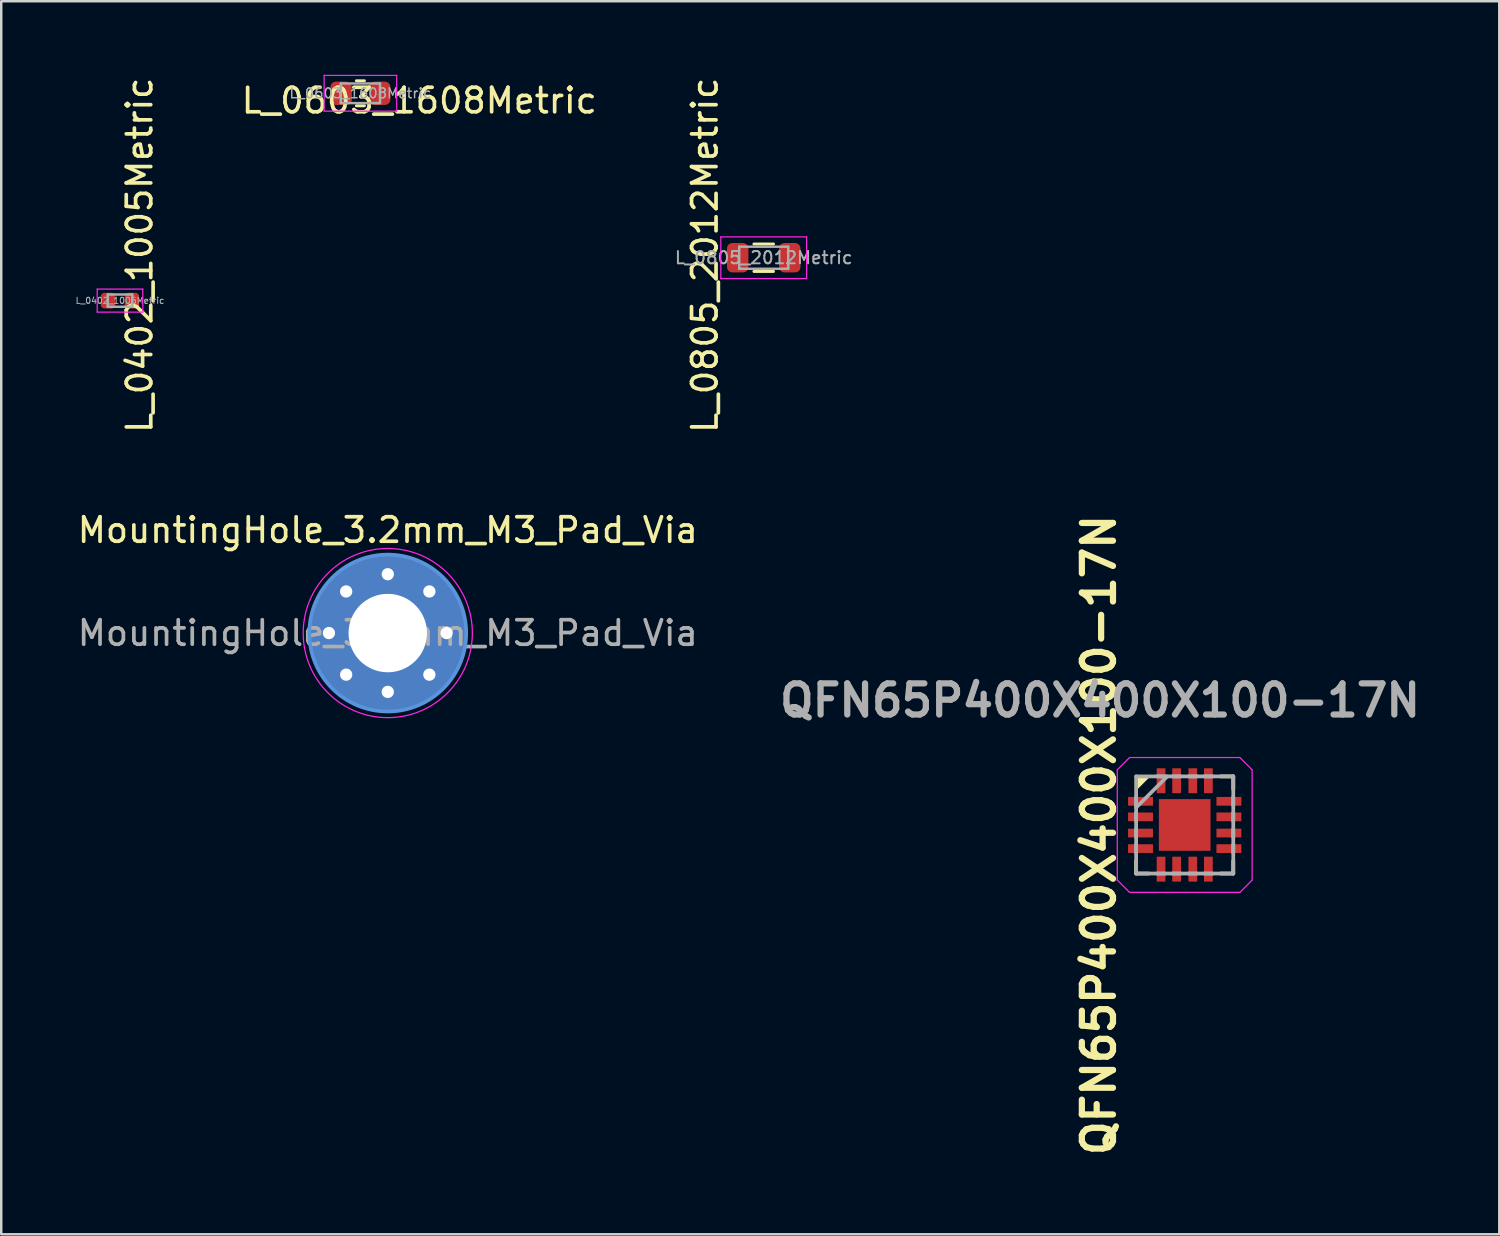
<source format=kicad_pcb>
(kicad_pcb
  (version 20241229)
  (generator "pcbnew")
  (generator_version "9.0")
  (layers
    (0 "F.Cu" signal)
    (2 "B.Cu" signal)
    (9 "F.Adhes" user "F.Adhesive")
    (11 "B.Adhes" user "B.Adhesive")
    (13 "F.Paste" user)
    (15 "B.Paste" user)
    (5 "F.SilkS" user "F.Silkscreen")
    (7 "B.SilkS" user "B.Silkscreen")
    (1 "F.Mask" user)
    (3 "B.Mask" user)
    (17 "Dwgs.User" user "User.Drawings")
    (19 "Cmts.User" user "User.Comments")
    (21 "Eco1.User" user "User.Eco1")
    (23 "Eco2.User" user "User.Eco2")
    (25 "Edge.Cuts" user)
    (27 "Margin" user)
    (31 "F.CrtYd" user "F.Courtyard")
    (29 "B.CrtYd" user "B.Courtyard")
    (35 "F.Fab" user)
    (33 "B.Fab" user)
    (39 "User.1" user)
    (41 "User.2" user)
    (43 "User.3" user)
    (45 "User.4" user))
  (footprint "L_0805_2012Metric"
    (layer "F.Cu")
    (at 28.104 7.463)
    (property "Reference" "L_0805_2012Metric" (at -2.4 -0.1 270) (layer "F.SilkS") (effects (font (size 1 1) (thickness 0.15))))
    (attr smd)
    (fp_line (start -0.4 -0.56) (end 0.4 -0.56) (stroke (width 0.12) (type solid)) (layer "F.SilkS"))
    (fp_line (start -0.4 0.56) (end 0.4 0.56) (stroke (width 0.12) (type solid)) (layer "F.SilkS"))
    (fp_line (start -1.75 -0.85) (end 1.75 -0.85) (stroke (width 0.05) (type solid)) (layer "F.CrtYd"))
    (fp_line (start -1.75 0.85) (end -1.75 -0.85) (stroke (width 0.05) (type solid)) (layer "F.CrtYd"))
    (fp_line (start 1.75 -0.85) (end 1.75 0.85) (stroke (width 0.05) (type solid)) (layer "F.CrtYd"))
    (fp_line (start 1.75 0.85) (end -1.75 0.85) (stroke (width 0.05) (type solid)) (layer "F.CrtYd"))
    (fp_line (start -1 -0.45) (end 1 -0.45) (stroke (width 0.1) (type solid)) (layer "F.Fab"))
    (fp_line (start -1 0.45) (end -1 -0.45) (stroke (width 0.1) (type solid)) (layer "F.Fab"))
    (fp_line (start 1 -0.45) (end 1 0.45) (stroke (width 0.1) (type solid)) (layer "F.Fab"))
    (fp_line (start 1 0.45) (end -1 0.45) (stroke (width 0.1) (type solid)) (layer "F.Fab"))
    (fp_text user "${REFERENCE}" (at 0 0 180) (layer "F.Fab") (effects (font (size 0.5 0.5) (thickness 0.08))))
    (pad "1" smd roundrect (at -1.062 0 180) (size 0.875 1.2) (layers "F.Cu" "F.Mask" "F.Paste") (roundrect_rratio 0.25))
    (pad "2" smd roundrect (at 1.062 0 180) (size 0.875 1.2) (layers "F.Cu" "F.Mask" "F.Paste") (roundrect_rratio 0.25)))
  (footprint "QFN65P400X400X100-17N"
    (layer "F.Cu")
    (at 45.277 30.602)
    (property "Reference" "QFN65P400X400X100-17N" (at -3.5 0.41 270) (layer "F.SilkS") (effects (font (size 1.27 1.27) (thickness 0.254))))
    (attr smd)
    (fp_line (start -1.981 1.473) (end -1.981 1.981) (stroke (width 0.152) (type solid)) (layer "F.SilkS"))
    (fp_line (start -1.981 1.981) (end -1.473 1.981) (stroke (width 0.152) (type solid)) (layer "F.SilkS"))
    (fp_line (start 1.473 1.981) (end 1.981 1.981) (stroke (width 0.152) (type solid)) (layer "F.SilkS"))
    (fp_line (start 1.981 -1.981) (end 1.473 -1.981) (stroke (width 0.152) (type solid)) (layer "F.SilkS"))
    (fp_line (start 1.981 -1.473) (end 1.981 -1.981) (stroke (width 0.152) (type solid)) (layer "F.SilkS"))
    (fp_line (start 1.981 1.981) (end 1.981 1.473) (stroke (width 0.152) (type solid)) (layer "F.SilkS"))
    (fp_poly (pts (xy -1.981 -1.981) (xy -1.981 -1.473) (xy -1.473 -1.981)) (stroke (width 0.1) (type solid)) (fill yes) (layer "F.SilkS"))
    (fp_line (start -2.75 -2.25) (end -2.25 -2.75) (stroke (width 0.05) (type default)) (layer "F.CrtYd"))
    (fp_line (start -2.75 2.25) (end -2.75 -2.25) (stroke (width 0.05) (type default)) (layer "F.CrtYd"))
    (fp_line (start -2.25 -2.75) (end 2.25 -2.75) (stroke (width 0.05) (type default)) (layer "F.CrtYd"))
    (fp_line (start -2.25 2.75) (end -2.75 2.25) (stroke (width 0.05) (type default)) (layer "F.CrtYd"))
    (fp_line (start 2.25 2.75) (end -2.25 2.75) (stroke (width 0.05) (type default)) (layer "F.CrtYd"))
    (fp_line (start 2.25 2.75) (end 2.75 2.25) (stroke (width 0.05) (type default)) (layer "F.CrtYd"))
    (fp_line (start 2.75 -2.25) (end 2.25 -2.75) (stroke (width 0.05) (type default)) (layer "F.CrtYd"))
    (fp_line (start 2.75 -2.25) (end 2.75 2.25) (stroke (width 0.05) (type default)) (layer "F.CrtYd"))
    (fp_line (start -1.981 -1.981) (end -1.981 1.981) (stroke (width 0.152) (type solid)) (layer "F.Fab"))
    (fp_line (start -1.981 -1.143) (end -1.981 -0.787) (stroke (width 0.152) (type solid)) (layer "F.Fab"))
    (fp_line (start -1.981 -0.711) (end -0.711 -1.981) (stroke (width 0.152) (type solid)) (layer "F.Fab"))
    (fp_line (start -1.981 -0.508) (end -1.981 -0.152) (stroke (width 0.152) (type solid)) (layer "F.Fab"))
    (fp_line (start -1.981 0.152) (end -1.981 0.508) (stroke (width 0.152) (type solid)) (layer "F.Fab"))
    (fp_line (start -1.981 0.787) (end -1.981 1.143) (stroke (width 0.152) (type solid)) (layer "F.Fab"))
    (fp_line (start -1.981 1.981) (end 1.981 1.981) (stroke (width 0.152) (type solid)) (layer "F.Fab"))
    (fp_line (start -1.143 1.981) (end -0.787 1.981) (stroke (width 0.152) (type solid)) (layer "F.Fab"))
    (fp_line (start -0.787 -1.981) (end -1.143 -1.981) (stroke (width 0.152) (type solid)) (layer "F.Fab"))
    (fp_line (start -0.508 1.981) (end -0.152 1.981) (stroke (width 0.152) (type solid)) (layer "F.Fab"))
    (fp_line (start -0.152 -1.981) (end -0.508 -1.981) (stroke (width 0.152) (type solid)) (layer "F.Fab"))
    (fp_line (start 0.152 1.981) (end 0.508 1.981) (stroke (width 0.152) (type solid)) (layer "F.Fab"))
    (fp_line (start 0.508 -1.981) (end 0.152 -1.981) (stroke (width 0.152) (type solid)) (layer "F.Fab"))
    (fp_line (start 0.787 1.981) (end 1.143 1.981) (stroke (width 0.152) (type solid)) (layer "F.Fab"))
    (fp_line (start 1.143 -1.981) (end 0.787 -1.981) (stroke (width 0.152) (type solid)) (layer "F.Fab"))
    (fp_line (start 1.981 -1.981) (end -1.981 -1.981) (stroke (width 0.152) (type solid)) (layer "F.Fab"))
    (fp_line (start 1.981 -0.787) (end 1.981 -1.143) (stroke (width 0.152) (type solid)) (layer "F.Fab"))
    (fp_line (start 1.981 -0.152) (end 1.981 -0.508) (stroke (width 0.152) (type solid)) (layer "F.Fab"))
    (fp_line (start 1.981 0.508) (end 1.981 0.152) (stroke (width 0.152) (type solid)) (layer "F.Fab"))
    (fp_line (start 1.981 1.143) (end 1.981 0.787) (stroke (width 0.152) (type solid)) (layer "F.Fab"))
    (fp_line (start 1.981 1.981) (end 1.981 -1.981) (stroke (width 0.152) (type solid)) (layer "F.Fab"))
    (fp_text user "${REFERENCE}" (at -3.454 -5.08 180) (layer "F.Fab") (effects (font (size 1.27 1.27) (thickness 0.254))))
    (pad "1" smd rect (at -1.803 -0.965 90) (size 0.356 1.016) (layers "F.Cu" "F.Mask" "F.Paste"))
    (pad "2" smd rect (at -1.803 -0.33 90) (size 0.356 1.016) (layers "F.Cu" "F.Mask" "F.Paste"))
    (pad "3" smd rect (at -1.803 0.33 90) (size 0.356 1.016) (layers "F.Cu" "F.Mask" "F.Paste"))
    (pad "4" smd rect (at -1.803 0.965 90) (size 0.356 1.016) (layers "F.Cu" "F.Mask" "F.Paste"))
    (pad "5" smd rect (at -0.965 1.803) (size 0.356 1.016) (layers "F.Cu" "F.Mask" "F.Paste"))
    (pad "6" smd rect (at -0.33 1.803) (size 0.356 1.016) (layers "F.Cu" "F.Mask" "F.Paste"))
    (pad "7" smd rect (at 0.33 1.803) (size 0.356 1.016) (layers "F.Cu" "F.Mask" "F.Paste"))
    (pad "8" smd rect (at 0.965 1.803) (size 0.356 1.016) (layers "F.Cu" "F.Mask" "F.Paste"))
    (pad "9" smd rect (at 1.803 0.965 90) (size 0.356 1.016) (layers "F.Cu" "F.Mask" "F.Paste"))
    (pad "10" smd rect (at 1.803 0.33 90) (size 0.356 1.016) (layers "F.Cu" "F.Mask" "F.Paste"))
    (pad "11" smd rect (at 1.803 -0.33 90) (size 0.356 1.016) (layers "F.Cu" "F.Mask" "F.Paste"))
    (pad "12" smd rect (at 1.803 -0.965 90) (size 0.356 1.016) (layers "F.Cu" "F.Mask" "F.Paste"))
    (pad "13" smd rect (at 0.965 -1.803) (size 0.356 1.016) (layers "F.Cu" "F.Mask" "F.Paste"))
    (pad "14" smd rect (at 0.33 -1.803) (size 0.356 1.016) (layers "F.Cu" "F.Mask" "F.Paste"))
    (pad "15" smd rect (at -0.33 -1.803) (size 0.356 1.016) (layers "F.Cu" "F.Mask" "F.Paste"))
    (pad "16" smd rect (at -0.965 -1.803) (size 0.356 1.016) (layers "F.Cu" "F.Mask" "F.Paste"))
    (pad "17" smd rect (at 0 0 90) (size 2.108 2.108) (layers "F.Cu" "F.Mask" "F.Paste")))
  (footprint "L_0402_1005Metric"
    (layer "F.Cu")
    (at 1.845 9.213)
    (property "Reference" "L_0402_1005Metric" (at 0.8 -1.85 270) (layer "F.SilkS") (effects (font (size 1 1) (thickness 0.15))))
    (attr smd)
    (fp_line (start -0.93 -0.47) (end 0.93 -0.47) (stroke (width 0.05) (type solid)) (layer "F.CrtYd"))
    (fp_line (start -0.93 0.47) (end -0.93 -0.47) (stroke (width 0.05) (type solid)) (layer "F.CrtYd"))
    (fp_line (start 0.93 -0.47) (end 0.93 0.47) (stroke (width 0.05) (type solid)) (layer "F.CrtYd"))
    (fp_line (start 0.93 0.47) (end -0.93 0.47) (stroke (width 0.05) (type solid)) (layer "F.CrtYd"))
    (fp_line (start -0.5 -0.25) (end 0.5 -0.25) (stroke (width 0.1) (type solid)) (layer "F.Fab"))
    (fp_line (start -0.5 0.25) (end -0.5 -0.25) (stroke (width 0.1) (type solid)) (layer "F.Fab"))
    (fp_line (start 0.5 -0.25) (end 0.5 0.25) (stroke (width 0.1) (type solid)) (layer "F.Fab"))
    (fp_line (start 0.5 0.25) (end -0.5 0.25) (stroke (width 0.1) (type solid)) (layer "F.Fab"))
    (fp_text user "${REFERENCE}" (at 0 0 180) (layer "F.Fab") (effects (font (size 0.25 0.25) (thickness 0.04))))
    (pad "1" smd roundrect (at -0.485 0 180) (size 0.59 0.64) (layers "F.Cu" "F.Mask" "F.Paste") (roundrect_rratio 0.25))
    (pad "2" smd roundrect (at 0.485 0 180) (size 0.59 0.64) (layers "F.Cu" "F.Mask" "F.Paste") (roundrect_rratio 0.25)))
  (footprint "L_0603_1608Metric"
    (layer "F.Cu")
    (at 11.652 0.755)
    (property "Reference" "L_0603_1608Metric" (at 2.4 0.3 180) (layer "F.SilkS") (effects (font (size 1 1) (thickness 0.15))))
    (attr smd)
    (fp_line (start -0.163 -0.51) (end 0.163 -0.51) (stroke (width 0.12) (type solid)) (layer "F.SilkS"))
    (fp_line (start -0.163 0.51) (end 0.163 0.51) (stroke (width 0.12) (type solid)) (layer "F.SilkS"))
    (fp_line (start -1.48 -0.73) (end 1.48 -0.73) (stroke (width 0.05) (type solid)) (layer "F.CrtYd"))
    (fp_line (start -1.48 0.73) (end -1.48 -0.73) (stroke (width 0.05) (type solid)) (layer "F.CrtYd"))
    (fp_line (start 1.48 -0.73) (end 1.48 0.73) (stroke (width 0.05) (type solid)) (layer "F.CrtYd"))
    (fp_line (start 1.48 0.73) (end -1.48 0.73) (stroke (width 0.05) (type solid)) (layer "F.CrtYd"))
    (fp_line (start -0.8 -0.4) (end 0.8 -0.4) (stroke (width 0.1) (type solid)) (layer "F.Fab"))
    (fp_line (start -0.8 0.4) (end -0.8 -0.4) (stroke (width 0.1) (type solid)) (layer "F.Fab"))
    (fp_line (start 0.8 -0.4) (end 0.8 0.4) (stroke (width 0.1) (type solid)) (layer "F.Fab"))
    (fp_line (start 0.8 0.4) (end -0.8 0.4) (stroke (width 0.1) (type solid)) (layer "F.Fab"))
    (fp_text user "${REFERENCE}" (at 0 0 180) (layer "F.Fab") (effects (font (size 0.4 0.4) (thickness 0.06))))
    (pad "1" smd roundrect (at -0.787 0) (size 0.875 0.95) (layers "F.Cu" "F.Mask" "F.Paste") (roundrect_rratio 0.25))
    (pad "2" smd roundrect (at 0.787 0) (size 0.875 0.95) (layers "F.Cu" "F.Mask" "F.Paste") (roundrect_rratio 0.25)))
  (footprint "MountingHole_3.2mm_M3_Pad_Via"
    (layer "F.Cu")
    (at 12.768 22.774)
    (property "Reference" "MountingHole_3.2mm_M3_Pad_Via" (at 0 -4.2 0) (layer "F.SilkS") (effects (font (size 1 1) (thickness 0.15))))
    (attr exclude_from_pos_files exclude_from_bom)
    (fp_circle (center 0 0) (end 3.2 0) (stroke (width 0.15) (type solid)) (fill no) (layer "Cmts.User"))
    (fp_circle (center 0 0) (end 3.45 0) (stroke (width 0.05) (type solid)) (fill no) (layer "F.CrtYd"))
    (fp_text user "${REFERENCE}" (at 0 0 0) (layer "F.Fab") (effects (font (size 1 1) (thickness 0.15))))
    (pad "1" thru_hole circle (at -2.4 0) (size 0.8 0.8) (drill 0.5) (layers "*.Cu" "*.Mask"))
    (pad "1" thru_hole circle (at -1.697 -1.697) (size 0.8 0.8) (drill 0.5) (layers "*.Cu" "*.Mask"))
    (pad "1" thru_hole circle (at -1.697 1.697) (size 0.8 0.8) (drill 0.5) (layers "*.Cu" "*.Mask"))
    (pad "1" thru_hole circle (at 0 -2.4) (size 0.8 0.8) (drill 0.5) (layers "*.Cu" "*.Mask"))
    (pad "1" thru_hole circle (at 0 0) (size 6.4 6.4) (drill 3.2) (layers "*.Cu" "*.Mask"))
    (pad "1" thru_hole circle (at 0 2.4) (size 0.8 0.8) (drill 0.5) (layers "*.Cu" "*.Mask"))
    (pad "1" thru_hole circle (at 1.697 -1.697) (size 0.8 0.8) (drill 0.5) (layers "*.Cu" "*.Mask"))
    (pad "1" thru_hole circle (at 1.697 1.697) (size 0.8 0.8) (drill 0.5) (layers "*.Cu" "*.Mask"))
    (pad "1" thru_hole circle (at 2.4 0) (size 0.8 0.8) (drill 0.5) (layers "*.Cu" "*.Mask")))
  (gr_rect
    (start -3 -3)
    (end 58.109 47.299)
    (stroke (width 0.1) (type default))
    (fill no)
    (layer "Edge.Cuts")))
</source>
